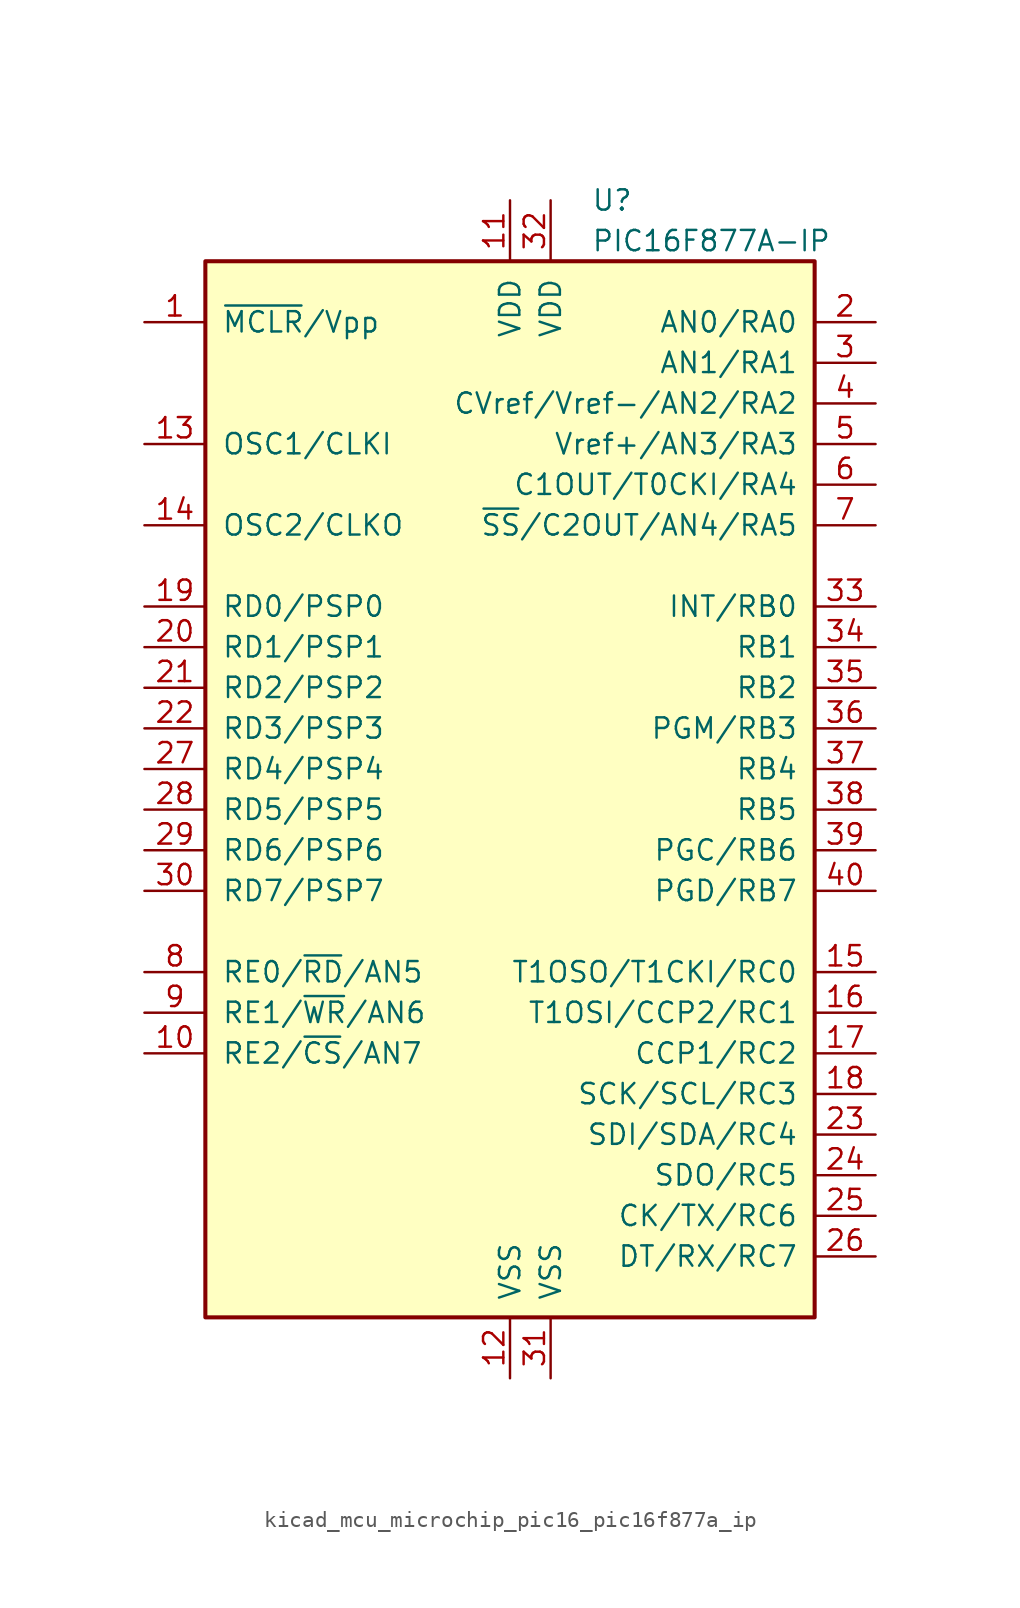
<source format=kicad_sym>
(kicad_symbol_lib
  (version 20220914)
  (generator kicad_symbol_editor)
  (symbol "kicad_mcu_microchip_pic16_pic16f877a_ip"
    (pin_names
      (offset 1.016))
    (property "Reference" "U"
      (at 5.08 35.56 0)
      (effects (font (size 1.27 1.27)) (justify left)))
    (property "Value" "PIC16F877A-IP"
      (at 5.08 33.02 0)
      (effects (font (size 1.27 1.27)) (justify left)))
    (symbol "kicad_mcu_microchip_pic16_pic16f877a_ip_0_1"
      (rectangle (start -19.05 31.75) (end 19.05 -34.29) (stroke (width 0.254) (type default)) (fill (type background))))
    (symbol "kicad_mcu_microchip_pic16_pic16f877a_ip_1_1"
      (pin input line (at -22.86 27.94 0) (length 3.81) (name "~{MCLR}/Vpp" (effects (font (size 1.27 1.27)))) (number "1" (effects (font (size 1.27 1.27)))))
      (pin bidirectional line (at -22.86 -17.78 0) (length 3.81) (name "RE2/~{CS}/AN7" (effects (font (size 1.27 1.27)))) (number "10" (effects (font (size 1.27 1.27)))))
      (pin power_in line (at 0 35.56 270) (length 3.81) (name "VDD" (effects (font (size 1.27 1.27)))) (number "11" (effects (font (size 1.27 1.27)))))
      (pin power_in line (at 0 -38.1 90) (length 3.81) (name "VSS" (effects (font (size 1.27 1.27)))) (number "12" (effects (font (size 1.27 1.27)))))
      (pin input line (at -22.86 20.32 0) (length 3.81) (name "OSC1/CLKI" (effects (font (size 1.27 1.27)))) (number "13" (effects (font (size 1.27 1.27)))))
      (pin output line (at -22.86 15.24 0) (length 3.81) (name "OSC2/CLKO" (effects (font (size 1.27 1.27)))) (number "14" (effects (font (size 1.27 1.27)))))
      (pin bidirectional line (at 22.86 -12.7 180) (length 3.81) (name "T1OSO/T1CKI/RC0" (effects (font (size 1.27 1.27)))) (number "15" (effects (font (size 1.27 1.27)))))
      (pin bidirectional line (at 22.86 -15.24 180) (length 3.81) (name "T1OSI/CCP2/RC1" (effects (font (size 1.27 1.27)))) (number "16" (effects (font (size 1.27 1.27)))))
      (pin bidirectional line (at 22.86 -17.78 180) (length 3.81) (name "CCP1/RC2" (effects (font (size 1.27 1.27)))) (number "17" (effects (font (size 1.27 1.27)))))
      (pin bidirectional line (at 22.86 -20.32 180) (length 3.81) (name "SCK/SCL/RC3" (effects (font (size 1.27 1.27)))) (number "18" (effects (font (size 1.27 1.27)))))
      (pin bidirectional line (at -22.86 10.16 0) (length 3.81) (name "RD0/PSP0" (effects (font (size 1.27 1.27)))) (number "19" (effects (font (size 1.27 1.27)))))
      (pin bidirectional line (at 22.86 27.94 180) (length 3.81) (name "AN0/RA0" (effects (font (size 1.27 1.27)))) (number "2" (effects (font (size 1.27 1.27)))))
      (pin bidirectional line (at -22.86 7.62 0) (length 3.81) (name "RD1/PSP1" (effects (font (size 1.27 1.27)))) (number "20" (effects (font (size 1.27 1.27)))))
      (pin bidirectional line (at -22.86 5.08 0) (length 3.81) (name "RD2/PSP2" (effects (font (size 1.27 1.27)))) (number "21" (effects (font (size 1.27 1.27)))))
      (pin bidirectional line (at -22.86 2.54 0) (length 3.81) (name "RD3/PSP3" (effects (font (size 1.27 1.27)))) (number "22" (effects (font (size 1.27 1.27)))))
      (pin bidirectional line (at 22.86 -22.86 180) (length 3.81) (name "SDI/SDA/RC4" (effects (font (size 1.27 1.27)))) (number "23" (effects (font (size 1.27 1.27)))))
      (pin bidirectional line (at 22.86 -25.4 180) (length 3.81) (name "SDO/RC5" (effects (font (size 1.27 1.27)))) (number "24" (effects (font (size 1.27 1.27)))))
      (pin bidirectional line (at 22.86 -27.94 180) (length 3.81) (name "CK/TX/RC6" (effects (font (size 1.27 1.27)))) (number "25" (effects (font (size 1.27 1.27)))))
      (pin bidirectional line (at 22.86 -30.48 180) (length 3.81) (name "DT/RX/RC7" (effects (font (size 1.27 1.27)))) (number "26" (effects (font (size 1.27 1.27)))))
      (pin bidirectional line (at -22.86 0 0) (length 3.81) (name "RD4/PSP4" (effects (font (size 1.27 1.27)))) (number "27" (effects (font (size 1.27 1.27)))))
      (pin bidirectional line (at -22.86 -2.54 0) (length 3.81) (name "RD5/PSP5" (effects (font (size 1.27 1.27)))) (number "28" (effects (font (size 1.27 1.27)))))
      (pin bidirectional line (at -22.86 -5.08 0) (length 3.81) (name "RD6/PSP6" (effects (font (size 1.27 1.27)))) (number "29" (effects (font (size 1.27 1.27)))))
      (pin bidirectional line (at 22.86 25.4 180) (length 3.81) (name "AN1/RA1" (effects (font (size 1.27 1.27)))) (number "3" (effects (font (size 1.27 1.27)))))
      (pin bidirectional line (at -22.86 -7.62 0) (length 3.81) (name "RD7/PSP7" (effects (font (size 1.27 1.27)))) (number "30" (effects (font (size 1.27 1.27)))))
      (pin power_in line (at 2.54 -38.1 90) (length 3.81) (name "VSS" (effects (font (size 1.27 1.27)))) (number "31" (effects (font (size 1.27 1.27)))))
      (pin power_in line (at 2.54 35.56 270) (length 3.81) (name "VDD" (effects (font (size 1.27 1.27)))) (number "32" (effects (font (size 1.27 1.27)))))
      (pin bidirectional line (at 22.86 10.16 180) (length 3.81) (name "INT/RB0" (effects (font (size 1.27 1.27)))) (number "33" (effects (font (size 1.27 1.27)))))
      (pin bidirectional line (at 22.86 7.62 180) (length 3.81) (name "RB1" (effects (font (size 1.27 1.27)))) (number "34" (effects (font (size 1.27 1.27)))))
      (pin bidirectional line (at 22.86 5.08 180) (length 3.81) (name "RB2" (effects (font (size 1.27 1.27)))) (number "35" (effects (font (size 1.27 1.27)))))
      (pin bidirectional line (at 22.86 2.54 180) (length 3.81) (name "PGM/RB3" (effects (font (size 1.27 1.27)))) (number "36" (effects (font (size 1.27 1.27)))))
      (pin bidirectional line (at 22.86 0 180) (length 3.81) (name "RB4" (effects (font (size 1.27 1.27)))) (number "37" (effects (font (size 1.27 1.27)))))
      (pin bidirectional line (at 22.86 -2.54 180) (length 3.81) (name "RB5" (effects (font (size 1.27 1.27)))) (number "38" (effects (font (size 1.27 1.27)))))
      (pin bidirectional line (at 22.86 -5.08 180) (length 3.81) (name "PGC/RB6" (effects (font (size 1.27 1.27)))) (number "39" (effects (font (size 1.27 1.27)))))
      (pin bidirectional line (at 22.86 22.86 180) (length 3.81) (name "CVref/Vref-/AN2/RA2" (effects (font (size 1.27 1.27)))) (number "4" (effects (font (size 1.27 1.27)))))
      (pin bidirectional line (at 22.86 -7.62 180) (length 3.81) (name "PGD/RB7" (effects (font (size 1.27 1.27)))) (number "40" (effects (font (size 1.27 1.27)))))
      (pin bidirectional line (at 22.86 20.32 180) (length 3.81) (name "Vref+/AN3/RA3" (effects (font (size 1.27 1.27)))) (number "5" (effects (font (size 1.27 1.27)))))
      (pin bidirectional line (at 22.86 17.78 180) (length 3.81) (name "C1OUT/T0CKI/RA4" (effects (font (size 1.27 1.27)))) (number "6" (effects (font (size 1.27 1.27)))))
      (pin bidirectional line (at 22.86 15.24 180) (length 3.81) (name "~{SS}/C2OUT/AN4/RA5" (effects (font (size 1.27 1.27)))) (number "7" (effects (font (size 1.27 1.27)))))
      (pin bidirectional line (at -22.86 -12.7 0) (length 3.81) (name "RE0/~{RD}/AN5" (effects (font (size 1.27 1.27)))) (number "8" (effects (font (size 1.27 1.27)))))
      (pin bidirectional line (at -22.86 -15.24 0) (length 3.81) (name "RE1/~{WR}/AN6" (effects (font (size 1.27 1.27)))) (number "9" (effects (font (size 1.27 1.27))))))))
</source>
